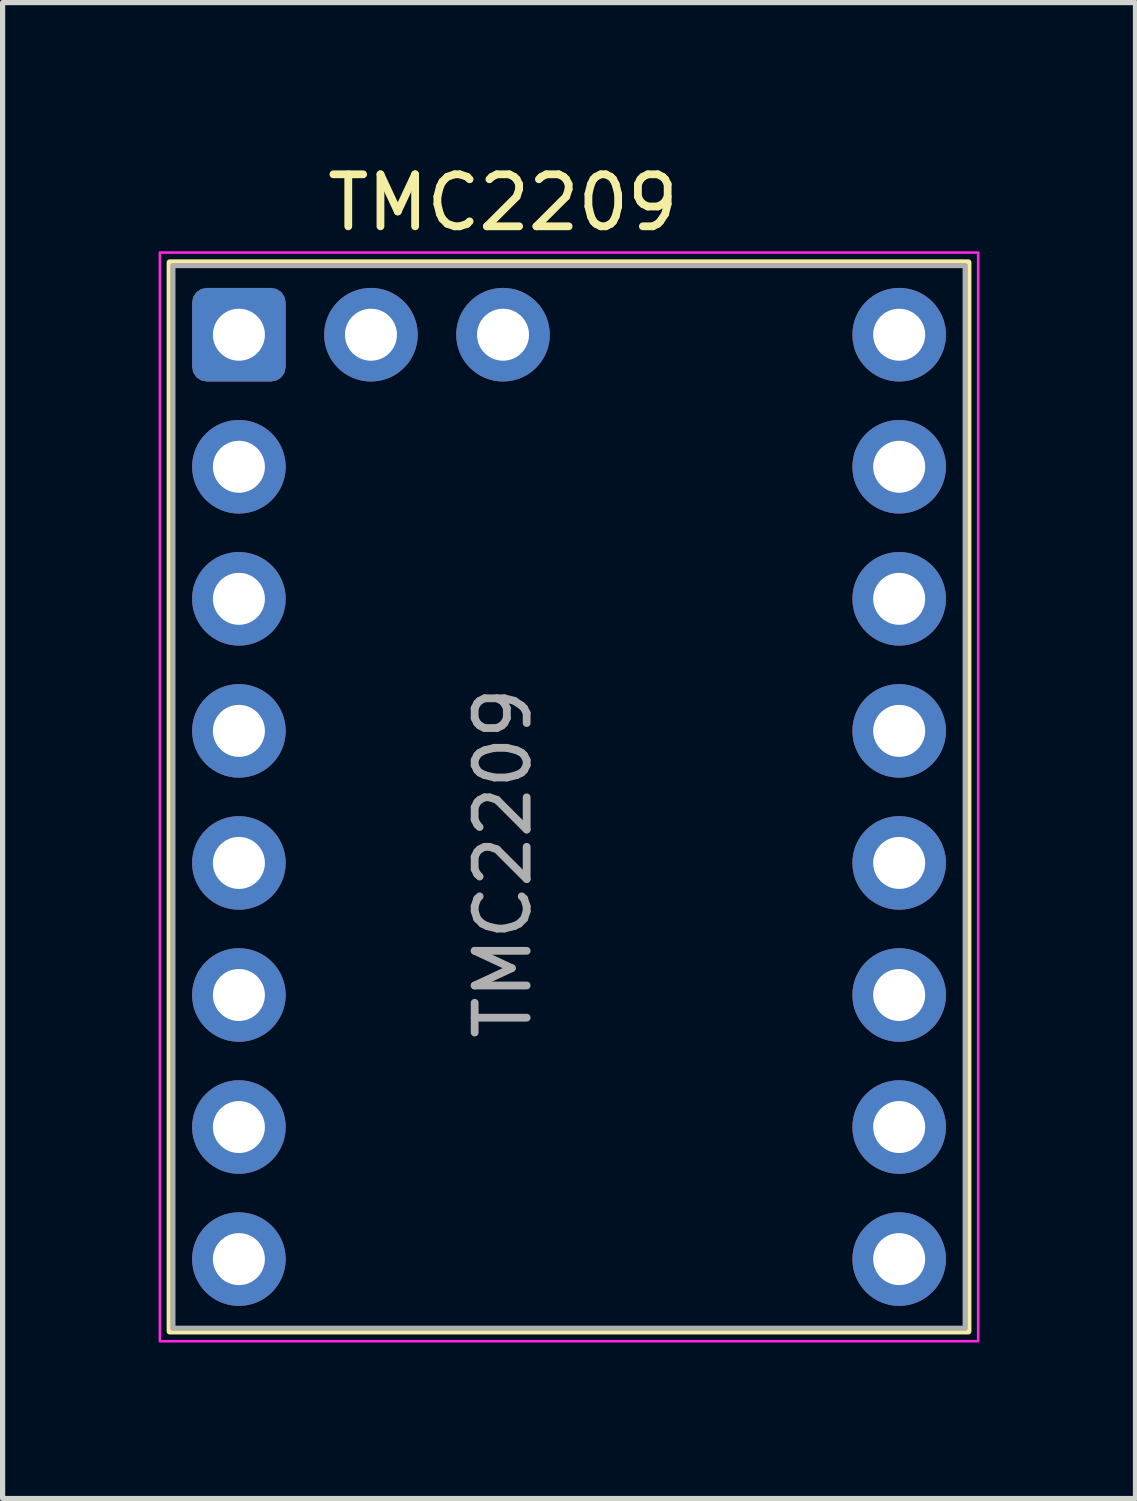
<source format=kicad_pcb>
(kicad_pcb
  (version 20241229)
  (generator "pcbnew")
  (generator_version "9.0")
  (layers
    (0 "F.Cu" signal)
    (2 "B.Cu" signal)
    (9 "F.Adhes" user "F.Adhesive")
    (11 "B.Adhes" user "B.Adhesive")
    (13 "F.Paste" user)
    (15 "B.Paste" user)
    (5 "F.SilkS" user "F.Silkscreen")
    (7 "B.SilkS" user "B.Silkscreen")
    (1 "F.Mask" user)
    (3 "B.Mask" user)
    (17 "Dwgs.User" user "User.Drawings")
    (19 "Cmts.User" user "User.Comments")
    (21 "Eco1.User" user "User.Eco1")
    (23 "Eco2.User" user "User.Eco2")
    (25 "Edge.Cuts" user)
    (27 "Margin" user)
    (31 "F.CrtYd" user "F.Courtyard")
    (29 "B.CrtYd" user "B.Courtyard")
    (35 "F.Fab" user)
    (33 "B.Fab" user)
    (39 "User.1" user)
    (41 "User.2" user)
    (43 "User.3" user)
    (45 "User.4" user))
  (footprint "TMC2209"
    (layer "F.Cu")
    (at 1.545 3.388)
    (property "Reference" "TMC2209" (at 5.08 -2.54 0) (layer "F.SilkS") (effects (font (size 1 1) (thickness 0.15))))
    (attr through_hole)
    (fp_rect (start -1.33 -1.39) (end 14.03 19.17) (stroke (width 0.12) (type solid)) (fill no) (layer "F.SilkS"))
    (fp_rect (start -1.52 -1.58) (end 14.22 19.36) (stroke (width 0.05) (type solid)) (fill no) (layer "F.CrtYd"))
    (fp_rect (start -1.27 -1.33) (end 13.97 19.11) (stroke (width 0.1) (type solid)) (fill no) (layer "F.Fab"))
    (fp_text user "${REFERENCE}" (at 5.08 10.16 90) (layer "F.Fab") (effects (font (size 1 1) (thickness 0.15))))
    (pad "1" thru_hole roundrect (at 0 0) (size 1.8 1.8) (drill 1) (layers "*.Cu" "*.Mask") (roundrect_rratio 0.156))
    (pad "2" thru_hole circle (at 0 2.54) (size 1.8 1.8) (drill 1) (layers "*.Cu" "*.Mask"))
    (pad "3" thru_hole circle (at 0 5.08) (size 1.8 1.8) (drill 1) (layers "*.Cu" "*.Mask"))
    (pad "4" thru_hole circle (at 0 7.62) (size 1.8 1.8) (drill 1) (layers "*.Cu" "*.Mask"))
    (pad "5" thru_hole circle (at 0 10.16) (size 1.8 1.8) (drill 1) (layers "*.Cu" "*.Mask"))
    (pad "6" thru_hole circle (at 0 12.7) (size 1.8 1.8) (drill 1) (layers "*.Cu" "*.Mask"))
    (pad "7" thru_hole circle (at 0 15.24) (size 1.8 1.8) (drill 1) (layers "*.Cu" "*.Mask"))
    (pad "8" thru_hole circle (at 0 17.78) (size 1.8 1.8) (drill 1) (layers "*.Cu" "*.Mask"))
    (pad "9" thru_hole circle (at 12.7 17.78) (size 1.8 1.8) (drill 1) (layers "*.Cu" "*.Mask"))
    (pad "10" thru_hole circle (at 12.7 15.24) (size 1.8 1.8) (drill 1) (layers "*.Cu" "*.Mask"))
    (pad "11" thru_hole circle (at 12.7 12.7) (size 1.8 1.8) (drill 1) (layers "*.Cu" "*.Mask"))
    (pad "12" thru_hole circle (at 12.7 10.16) (size 1.8 1.8) (drill 1) (layers "*.Cu" "*.Mask"))
    (pad "13" thru_hole circle (at 12.7 7.62) (size 1.8 1.8) (drill 1) (layers "*.Cu" "*.Mask"))
    (pad "14" thru_hole circle (at 12.7 5.08) (size 1.8 1.8) (drill 1) (layers "*.Cu" "*.Mask"))
    (pad "15" thru_hole circle (at 12.7 2.54) (size 1.8 1.8) (drill 1) (layers "*.Cu" "*.Mask"))
    (pad "16" thru_hole circle (at 12.7 0) (size 1.8 1.8) (drill 1) (layers "*.Cu" "*.Mask"))
    (pad "17" thru_hole circle (at 5.08 0) (size 1.8 1.8) (drill 1) (layers "*.Cu" "*.Mask"))
    (pad "18" thru_hole circle (at 2.54 0) (size 1.8 1.8) (drill 1) (layers "*.Cu" "*.Mask")))
  (gr_rect
    (start -3 -3)
    (end 18.79 25.773)
    (stroke (width 0.1) (type default))
    (fill no)
    (layer "Edge.Cuts")))
</source>
